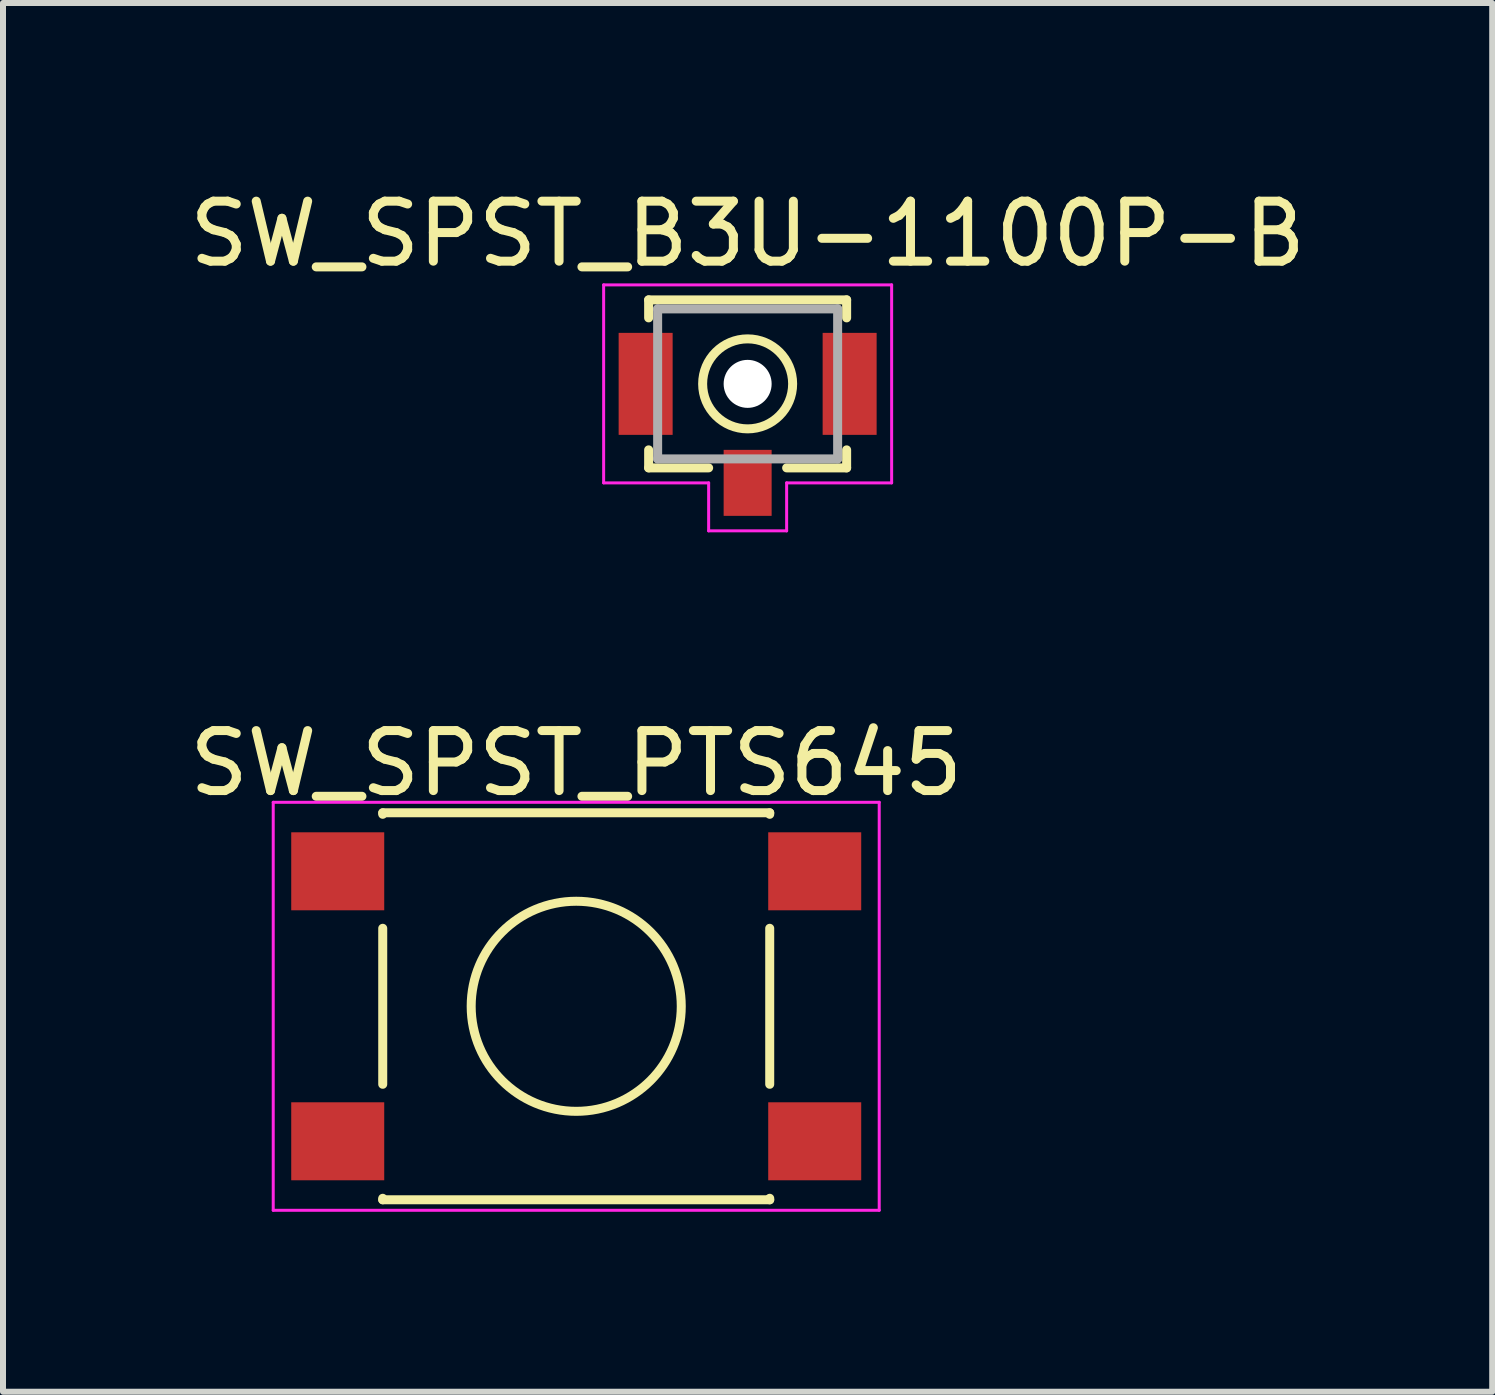
<source format=kicad_pcb>
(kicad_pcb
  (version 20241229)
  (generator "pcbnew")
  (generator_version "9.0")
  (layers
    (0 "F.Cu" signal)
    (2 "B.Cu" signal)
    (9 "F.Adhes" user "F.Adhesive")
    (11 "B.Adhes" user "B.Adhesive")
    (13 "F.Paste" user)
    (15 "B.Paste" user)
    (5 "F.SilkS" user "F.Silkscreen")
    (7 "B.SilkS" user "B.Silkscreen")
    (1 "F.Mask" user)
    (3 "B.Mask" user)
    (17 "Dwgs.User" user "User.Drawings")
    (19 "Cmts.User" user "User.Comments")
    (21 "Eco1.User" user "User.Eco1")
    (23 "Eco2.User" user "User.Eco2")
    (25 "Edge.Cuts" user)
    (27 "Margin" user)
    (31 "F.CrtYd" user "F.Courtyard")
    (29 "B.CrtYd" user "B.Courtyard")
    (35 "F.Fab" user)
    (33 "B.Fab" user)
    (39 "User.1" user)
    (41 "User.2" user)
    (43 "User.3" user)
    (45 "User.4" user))
  (footprint "SW_SPST_PTS645"
    (layer "F.Cu")
    (at 6.554 13.722)
    (property "Reference" "SW_SPST_PTS645" (at 0 -4.05 0) (layer "F.SilkS") (effects (font (size 1 1) (thickness 0.15))))
    (attr smd)
    (fp_line (start -3.225 -3.225) (end 3.225 -3.225) (stroke (width 0.15) (type solid)) (layer "F.SilkS"))
    (fp_line (start -3.225 -3.2) (end -3.225 -3.225) (stroke (width 0.15) (type solid)) (layer "F.SilkS"))
    (fp_line (start -3.225 -1.3) (end -3.225 1.3) (stroke (width 0.15) (type solid)) (layer "F.SilkS"))
    (fp_line (start -3.225 3.225) (end -3.225 3.2) (stroke (width 0.15) (type solid)) (layer "F.SilkS"))
    (fp_line (start -3.225 3.225) (end 3.225 3.225) (stroke (width 0.15) (type solid)) (layer "F.SilkS"))
    (fp_line (start 3.225 -3.225) (end 3.225 -3.2) (stroke (width 0.15) (type solid)) (layer "F.SilkS"))
    (fp_line (start 3.225 -1.3) (end 3.225 1.3) (stroke (width 0.15) (type solid)) (layer "F.SilkS"))
    (fp_line (start 3.225 3.225) (end 3.225 3.2) (stroke (width 0.15) (type solid)) (layer "F.SilkS"))
    (fp_circle (center 0 0) (end 1.75 -0.05) (stroke (width 0.15) (type solid)) (fill no) (layer "F.SilkS"))
    (fp_line (start -5.05 -3.4) (end -5.05 3.4) (stroke (width 0.05) (type solid)) (layer "F.CrtYd"))
    (fp_line (start -5.05 -3.4) (end 5.05 -3.4) (stroke (width 0.05) (type solid)) (layer "F.CrtYd"))
    (fp_line (start -5.05 3.4) (end 5.05 3.4) (stroke (width 0.05) (type solid)) (layer "F.CrtYd"))
    (fp_line (start 5.05 3.4) (end 5.05 -3.4) (stroke (width 0.05) (type solid)) (layer "F.CrtYd"))
    (pad "1" smd rect (at -3.975 -2.25) (size 1.55 1.3) (layers "F.Cu" "F.Mask" "F.Paste"))
    (pad "1" smd rect (at 3.975 -2.25) (size 1.55 1.3) (layers "F.Cu" "F.Mask" "F.Paste"))
    (pad "2" smd rect (at -3.975 2.25) (size 1.55 1.3) (layers "F.Cu" "F.Mask" "F.Paste"))
    (pad "2" smd rect (at 3.975 2.25) (size 1.55 1.3) (layers "F.Cu" "F.Mask" "F.Paste")))
  (footprint "SW_SPST_B3U-1100P-B"
    (layer "F.Cu")
    (at 9.411 3.348)
    (property "Reference" "SW_SPST_B3U-1100P-B" (at 0 -2.5 0) (layer "F.SilkS") (effects (font (size 1 1) (thickness 0.15))))
    (attr smd)
    (fp_line (start -1.65 -1.4) (end 1.65 -1.4) (stroke (width 0.15) (type solid)) (layer "F.SilkS"))
    (fp_line (start -1.65 -1.1) (end -1.65 -1.4) (stroke (width 0.15) (type solid)) (layer "F.SilkS"))
    (fp_line (start -1.65 1.1) (end -1.65 1.4) (stroke (width 0.15) (type solid)) (layer "F.SilkS"))
    (fp_line (start -1.65 1.4) (end -0.65 1.4) (stroke (width 0.15) (type solid)) (layer "F.SilkS"))
    (fp_line (start 1.65 -1.4) (end 1.65 -1.1) (stroke (width 0.15) (type solid)) (layer "F.SilkS"))
    (fp_line (start 1.65 1.4) (end 0.65 1.4) (stroke (width 0.15) (type solid)) (layer "F.SilkS"))
    (fp_line (start 1.65 1.4) (end 1.65 1.1) (stroke (width 0.15) (type solid)) (layer "F.SilkS"))
    (fp_circle (center 0 0) (end 0.75 0) (stroke (width 0.15) (type solid)) (fill no) (layer "F.SilkS"))
    (fp_line (start -2.4 -1.65) (end -2.4 1.65) (stroke (width 0.05) (type solid)) (layer "F.CrtYd"))
    (fp_line (start -2.4 1.65) (end -0.65 1.65) (stroke (width 0.05) (type solid)) (layer "F.CrtYd"))
    (fp_line (start -0.65 1.65) (end -0.65 2.45) (stroke (width 0.05) (type solid)) (layer "F.CrtYd"))
    (fp_line (start -0.65 2.45) (end 0.65 2.45) (stroke (width 0.05) (type solid)) (layer "F.CrtYd"))
    (fp_line (start 0.65 1.65) (end 2.4 1.65) (stroke (width 0.05) (type solid)) (layer "F.CrtYd"))
    (fp_line (start 0.65 2.45) (end 0.65 1.65) (stroke (width 0.05) (type solid)) (layer "F.CrtYd"))
    (fp_line (start 2.4 -1.65) (end -2.4 -1.65) (stroke (width 0.05) (type solid)) (layer "F.CrtYd"))
    (fp_line (start 2.4 1.65) (end 2.4 -1.65) (stroke (width 0.05) (type solid)) (layer "F.CrtYd"))
    (fp_line (start -1.5 -1.25) (end 1.5 -1.25) (stroke (width 0.15) (type solid)) (layer "F.Fab"))
    (fp_line (start -1.5 1.25) (end -1.5 -1.25) (stroke (width 0.15) (type solid)) (layer "F.Fab"))
    (fp_line (start 1.5 -1.25) (end 1.5 1.25) (stroke (width 0.15) (type solid)) (layer "F.Fab"))
    (fp_line (start 1.5 1.25) (end -1.5 1.25) (stroke (width 0.15) (type solid)) (layer "F.Fab"))
    (pad "" np_thru_hole circle (at 0 0) (size 0.8 0.8) (drill 0.8) (layers "*.Cu" "*.Mask"))
    (pad "1" smd rect (at -1.7 0) (size 0.9 1.7) (layers "F.Cu" "F.Mask" "F.Paste"))
    (pad "2" smd rect (at 1.7 0) (size 0.9 1.7) (layers "F.Cu" "F.Mask" "F.Paste"))
    (pad "3" smd rect (at 0 1.65) (size 0.8 1.1) (layers "F.Cu" "F.Mask" "F.Paste")))
  (gr_rect
    (start -3 -3)
    (end 21.821 20.146)
    (stroke (width 0.1) (type default))
    (fill no)
    (layer "Edge.Cuts")))
</source>
